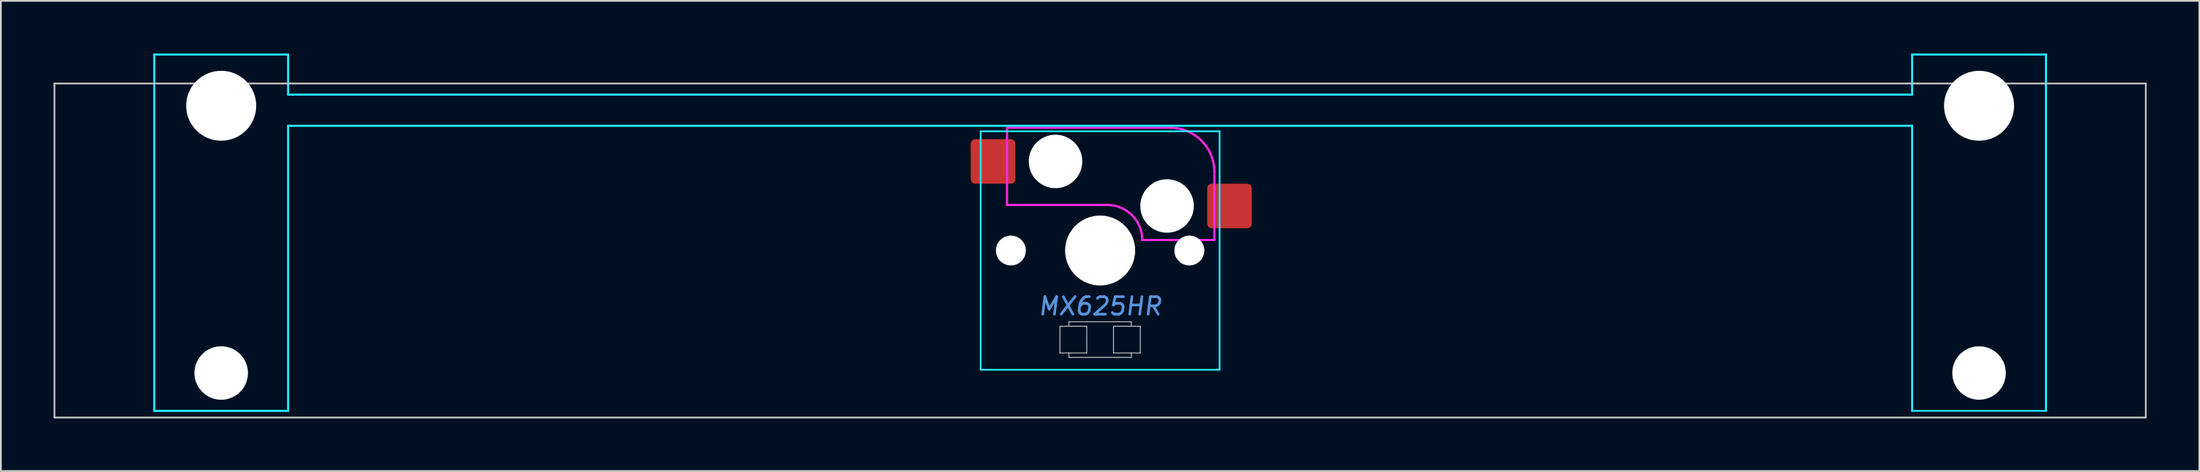
<source format=kicad_pcb>
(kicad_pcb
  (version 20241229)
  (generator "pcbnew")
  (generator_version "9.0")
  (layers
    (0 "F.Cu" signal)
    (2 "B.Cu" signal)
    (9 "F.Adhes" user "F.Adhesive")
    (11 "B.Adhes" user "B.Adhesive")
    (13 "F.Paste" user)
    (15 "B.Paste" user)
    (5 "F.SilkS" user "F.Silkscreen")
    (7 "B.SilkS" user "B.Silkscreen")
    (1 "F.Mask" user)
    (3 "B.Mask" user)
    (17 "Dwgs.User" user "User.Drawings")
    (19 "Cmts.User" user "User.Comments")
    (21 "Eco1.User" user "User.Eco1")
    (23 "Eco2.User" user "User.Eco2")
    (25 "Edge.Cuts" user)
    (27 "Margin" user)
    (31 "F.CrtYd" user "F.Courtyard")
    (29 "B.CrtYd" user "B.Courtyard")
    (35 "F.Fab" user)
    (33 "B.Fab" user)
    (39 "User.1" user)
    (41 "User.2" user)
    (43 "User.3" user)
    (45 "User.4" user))
  (footprint "MX625HR"
    (layer "F.Cu")
    (at 59.581 11.236)
    (property "Reference" "MX625HR" (at 0 3.175 0) (layer "Cmts.User") (effects (font (size 1 1) (thickness 0.15) (italic yes))))
    (attr smd)
    (fp_line (start -59.531 -9.525) (end -59.531 9.525) (stroke (width 0.1) (type solid)) (layer "Dwgs.User"))
    (fp_line (start -59.531 -9.525) (end 59.531 -9.525) (stroke (width 0.1) (type solid)) (layer "Dwgs.User"))
    (fp_line (start -59.531 9.525) (end 59.531 9.525) (stroke (width 0.1) (type solid)) (layer "Dwgs.User"))
    (fp_line (start -2.286 4.318) (end -0.762 4.318) (stroke (width 0.051) (type solid)) (layer "Dwgs.User"))
    (fp_line (start -2.286 5.842) (end -2.286 4.318) (stroke (width 0.051) (type solid)) (layer "Dwgs.User"))
    (fp_line (start -1.778 4.064) (end 1.778 4.064) (stroke (width 0.051) (type solid)) (layer "Dwgs.User"))
    (fp_line (start -1.778 4.318) (end -1.778 4.064) (stroke (width 0.051) (type solid)) (layer "Dwgs.User"))
    (fp_line (start -1.778 6.096) (end -1.778 5.842) (stroke (width 0.051) (type solid)) (layer "Dwgs.User"))
    (fp_line (start -0.762 4.318) (end -0.762 5.842) (stroke (width 0.051) (type solid)) (layer "Dwgs.User"))
    (fp_line (start -0.762 5.842) (end -2.286 5.842) (stroke (width 0.051) (type solid)) (layer "Dwgs.User"))
    (fp_line (start 0.762 4.318) (end 2.286 4.318) (stroke (width 0.051) (type solid)) (layer "Dwgs.User"))
    (fp_line (start 0.762 5.842) (end 0.762 4.318) (stroke (width 0.051) (type solid)) (layer "Dwgs.User"))
    (fp_line (start 1.778 4.064) (end 1.778 4.318) (stroke (width 0.051) (type solid)) (layer "Dwgs.User"))
    (fp_line (start 1.778 5.842) (end 1.778 6.096) (stroke (width 0.051) (type solid)) (layer "Dwgs.User"))
    (fp_line (start 1.778 6.096) (end -1.778 6.096) (stroke (width 0.051) (type solid)) (layer "Dwgs.User"))
    (fp_line (start 2.286 4.318) (end 2.286 5.842) (stroke (width 0.051) (type solid)) (layer "Dwgs.User"))
    (fp_line (start 2.286 5.842) (end 0.762 5.842) (stroke (width 0.051) (type solid)) (layer "Dwgs.User"))
    (fp_line (start 59.531 -9.525) (end 59.531 9.525) (stroke (width 0.1) (type solid)) (layer "Dwgs.User"))
    (fp_line (start -53.538 -8.515) (end -53.538 5.485) (stroke (width 0.1) (type solid)) (layer "Eco1.User"))
    (fp_line (start -53.038 -9.015) (end -47.038 -9.015) (stroke (width 0.1) (type solid)) (layer "Eco1.User"))
    (fp_line (start -47.038 5.985) (end -53.038 5.985) (stroke (width 0.1) (type solid)) (layer "Eco1.User"))
    (fp_line (start -46.538 5.485) (end -46.538 -8.515) (stroke (width 0.1) (type solid)) (layer "Eco1.User"))
    (fp_line (start -7 -6.5) (end -7 6.5) (stroke (width 0.1) (type solid)) (layer "Eco1.User"))
    (fp_line (start -6.5 7) (end 6.5 7) (stroke (width 0.1) (type solid)) (layer "Eco1.User"))
    (fp_line (start 6.5 -7) (end -6.5 -7) (stroke (width 0.1) (type solid)) (layer "Eco1.User"))
    (fp_line (start 7 6.5) (end 7 -6.5) (stroke (width 0.1) (type solid)) (layer "Eco1.User"))
    (fp_line (start 46.538 -8.515) (end 46.538 5.485) (stroke (width 0.1) (type solid)) (layer "Eco1.User"))
    (fp_line (start 47.038 -9.015) (end 53.038 -9.015) (stroke (width 0.1) (type solid)) (layer "Eco1.User"))
    (fp_line (start 53.038 5.985) (end 47.038 5.985) (stroke (width 0.1) (type solid)) (layer "Eco1.User"))
    (fp_line (start 53.538 5.485) (end 53.538 -8.515) (stroke (width 0.1) (type solid)) (layer "Eco1.User"))
    (fp_arc (start -53.538 -8.515) (mid -53.391553 -8.868553) (end -53.038 -9.015) (stroke (width 0.1) (type solid)) (layer "Eco1.User"))
    (fp_arc (start -53.038 5.985) (mid -53.391553 5.838553) (end -53.538 5.485) (stroke (width 0.1) (type solid)) (layer "Eco1.User"))
    (fp_arc (start -47.038 -9.015) (mid -46.684447 -8.868553) (end -46.538 -8.515) (stroke (width 0.1) (type solid)) (layer "Eco1.User"))
    (fp_arc (start -46.538 5.485) (mid -46.684447 5.838553) (end -47.038 5.985) (stroke (width 0.1) (type solid)) (layer "Eco1.User"))
    (fp_arc (start -7 -6.5) (mid -6.853553 -6.853553) (end -6.5 -7) (stroke (width 0.1) (type solid)) (layer "Eco1.User"))
    (fp_arc (start -6.5 7) (mid -6.853553 6.853553) (end -7 6.5) (stroke (width 0.1) (type solid)) (layer "Eco1.User"))
    (fp_arc (start 6.5 -7) (mid 6.853553 -6.853553) (end 7 -6.5) (stroke (width 0.1) (type solid)) (layer "Eco1.User"))
    (fp_arc (start 7 6.5) (mid 6.853553 6.853553) (end 6.5 7) (stroke (width 0.1) (type solid)) (layer "Eco1.User"))
    (fp_arc (start 46.538 -8.515) (mid 46.684447 -8.868553) (end 47.038 -9.015) (stroke (width 0.1) (type solid)) (layer "Eco1.User"))
    (fp_arc (start 47.038 5.985) (mid 46.684447 5.838553) (end 46.538 5.485) (stroke (width 0.1) (type solid)) (layer "Eco1.User"))
    (fp_arc (start 53.038 -9.015) (mid 53.391553 -8.868553) (end 53.538 -8.515) (stroke (width 0.1) (type solid)) (layer "Eco1.User"))
    (fp_arc (start 53.538 5.485) (mid 53.391553 5.838553) (end 53.038 5.985) (stroke (width 0.1) (type solid)) (layer "Eco1.User"))
    (fp_line (start -53.848 -11.176) (end -53.848 9.144) (stroke (width 0.12) (type solid)) (layer "B.CrtYd"))
    (fp_line (start -53.848 -11.176) (end -46.228 -11.176) (stroke (width 0.12) (type solid)) (layer "B.CrtYd"))
    (fp_line (start -53.848 9.144) (end -46.228 9.144) (stroke (width 0.12) (type solid)) (layer "B.CrtYd"))
    (fp_line (start -46.228 -11.176) (end -46.228 -8.89) (stroke (width 0.12) (type solid)) (layer "B.CrtYd"))
    (fp_line (start -46.228 -7.112) (end -46.228 9.144) (stroke (width 0.12) (type solid)) (layer "B.CrtYd"))
    (fp_line (start -6.8 -6.8) (end -6.8 6.8) (stroke (width 0.1) (type solid)) (layer "B.CrtYd"))
    (fp_line (start 6.8 -6.8) (end -6.8 -6.8) (stroke (width 0.1) (type solid)) (layer "B.CrtYd"))
    (fp_line (start 6.8 -6.8) (end 6.8 6.8) (stroke (width 0.1) (type solid)) (layer "B.CrtYd"))
    (fp_line (start 6.8 6.8) (end -6.8 6.8) (stroke (width 0.1) (type solid)) (layer "B.CrtYd"))
    (fp_line (start 46.228 -11.176) (end 46.228 -8.89) (stroke (width 0.12) (type solid)) (layer "B.CrtYd"))
    (fp_line (start 46.228 -8.89) (end -46.228 -8.89) (stroke (width 0.12) (type solid)) (layer "B.CrtYd"))
    (fp_line (start 46.228 -7.112) (end -46.228 -7.112) (stroke (width 0.12) (type solid)) (layer "B.CrtYd"))
    (fp_line (start 46.228 -7.112) (end 46.228 9.144) (stroke (width 0.12) (type solid)) (layer "B.CrtYd"))
    (fp_line (start 53.848 -11.176) (end 46.228 -11.176) (stroke (width 0.12) (type solid)) (layer "B.CrtYd"))
    (fp_line (start 53.848 -11.176) (end 53.848 9.144) (stroke (width 0.12) (type solid)) (layer "B.CrtYd"))
    (fp_line (start 53.848 9.144) (end 46.228 9.144) (stroke (width 0.1) (type solid)) (layer "B.CrtYd"))
    (fp_line (start -5.3 -7) (end -5.3 -2.6) (stroke (width 0.127) (type solid)) (layer "F.CrtYd"))
    (fp_line (start -5.2 -7) (end -5.3 -7) (stroke (width 0.12) (type solid)) (layer "F.CrtYd"))
    (fp_line (start 0.4 -2.6) (end -5.3 -2.6) (stroke (width 0.127) (type solid)) (layer "F.CrtYd"))
    (fp_line (start 4 -7) (end -5.2 -7) (stroke (width 0.12) (type solid)) (layer "F.CrtYd"))
    (fp_line (start 6.5 -4.5) (end 6.5 -0.6) (stroke (width 0.12) (type solid)) (layer "F.CrtYd"))
    (fp_line (start 6.5 -0.6) (end 2.4 -0.6) (stroke (width 0.12) (type solid)) (layer "F.CrtYd"))
    (fp_arc (start 0.4 -2.6) (mid 1.814214 -2.014214) (end 2.4 -0.6) (stroke (width 0.127) (type solid)) (layer "F.CrtYd"))
    (fp_arc (start 4 -7) (mid 5.767767 -6.267767) (end 6.5 -4.5) (stroke (width 0.127) (type solid)) (layer "F.CrtYd"))
    (pad "" np_thru_hole circle (at -50.038 -8.255 180) (size 3.988 3.988) (drill 3.988) (layers "*.Cu" "*.Mask"))
    (pad "" np_thru_hole circle (at -50.038 6.985 180) (size 3.048 3.048) (drill 3.048) (layers "*.Cu" "*.Mask"))
    (pad "" np_thru_hole circle (at -5.08 0) (size 1.702 1.702) (drill 1.702) (layers "*.Cu" "*.Mask"))
    (pad "" np_thru_hole circle (at -2.54 -5.08) (size 3.048 3.048) (drill 3.048) (layers "*.Cu" "*.Mask"))
    (pad "" np_thru_hole circle (at 0 0) (size 3.988 3.988) (drill 3.988) (layers "*.Cu" "*.Mask"))
    (pad "" np_thru_hole circle (at 3.81 -2.54) (size 3.048 3.048) (drill 3.048) (layers "*.Cu" "*.Mask"))
    (pad "" np_thru_hole circle (at 5.08 0) (size 1.702 1.702) (drill 1.702) (layers "*.Cu" "*.Mask"))
    (pad "" np_thru_hole circle (at 50.038 -8.255 180) (size 3.988 3.988) (drill 3.988) (layers "*.Cu" "*.Mask"))
    (pad "" np_thru_hole circle (at 50.038 6.985 180) (size 3.048 3.048) (drill 3.048) (layers "*.Cu" "*.Mask"))
    (pad "1" smd roundrect (at -6.096 -5.08) (size 2.54 2.54) (layers "F.Cu" "F.Mask") (roundrect_rratio 0.1))
    (pad "2" smd roundrect (at 7.366 -2.54) (size 2.54 2.54) (layers "F.Cu" "F.Mask") (roundrect_rratio 0.1)))
  (gr_rect
    (start -3 -3)
    (end 122.162 23.811)
    (stroke (width 0.1) (type default))
    (fill no)
    (layer "Edge.Cuts")))
</source>
